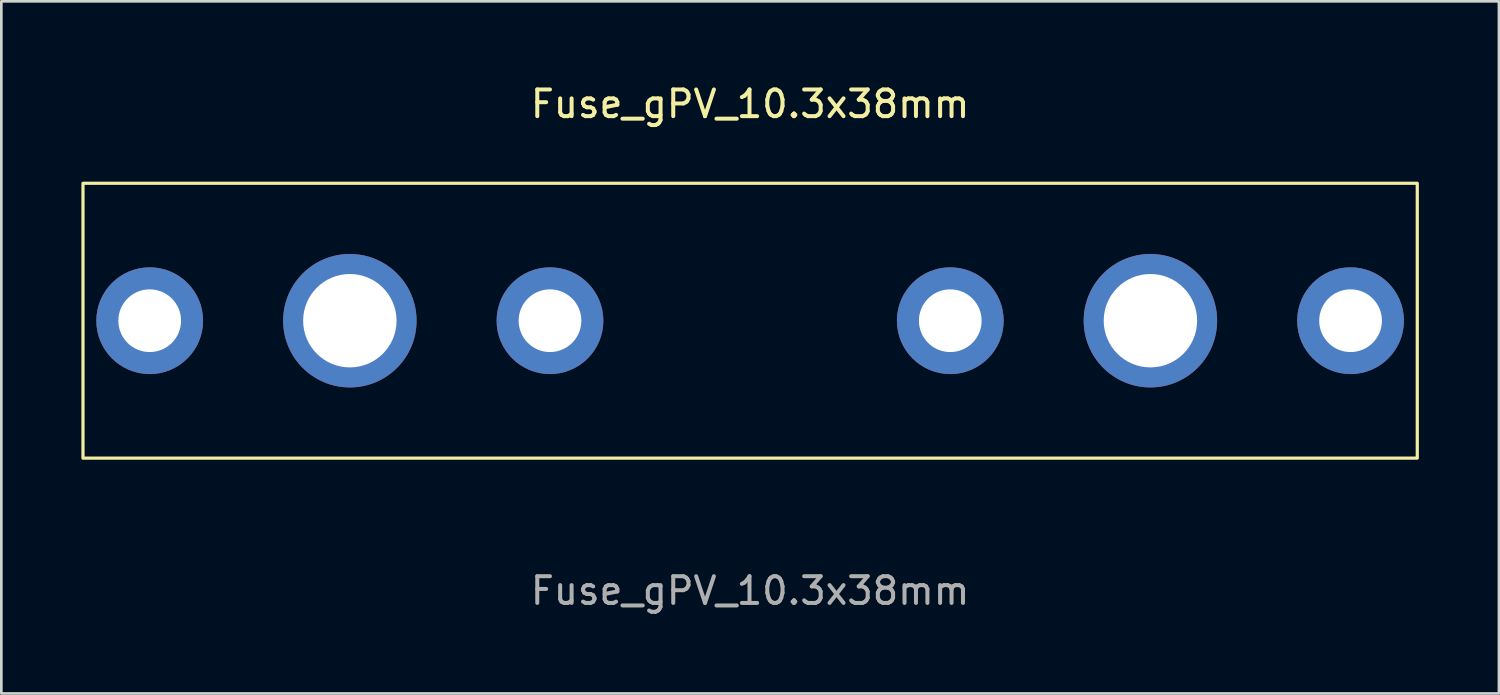
<source format=kicad_pcb>
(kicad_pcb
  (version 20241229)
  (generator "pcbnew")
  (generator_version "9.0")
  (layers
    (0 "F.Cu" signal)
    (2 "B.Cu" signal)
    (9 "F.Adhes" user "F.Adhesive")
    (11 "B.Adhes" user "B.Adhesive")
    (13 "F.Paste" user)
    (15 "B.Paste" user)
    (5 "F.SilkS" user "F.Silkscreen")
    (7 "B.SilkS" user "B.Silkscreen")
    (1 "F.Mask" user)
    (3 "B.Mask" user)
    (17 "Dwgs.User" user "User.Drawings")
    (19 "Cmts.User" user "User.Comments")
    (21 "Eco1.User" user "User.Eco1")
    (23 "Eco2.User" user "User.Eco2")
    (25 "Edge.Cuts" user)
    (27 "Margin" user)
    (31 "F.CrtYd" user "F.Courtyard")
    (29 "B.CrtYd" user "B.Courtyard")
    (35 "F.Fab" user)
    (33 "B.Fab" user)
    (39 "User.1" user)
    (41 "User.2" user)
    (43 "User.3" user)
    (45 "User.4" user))
  (footprint "Fuse_gPV_10.3x38mm"
    (layer "F.Cu")
    (at 25.06 8.968)
    (property "Reference" "Fuse_gPV_10.3x38mm" (at 0 -8.12 0) (unlocked yes) (layer "F.SilkS") (effects (font (size 1 1) (thickness 0.15))))
    (attr through_hole)
    (fp_rect (start -25 -5.15) (end 25 5.15) (stroke (width 0.12) (type solid)) (fill no) (layer "F.SilkS"))
    (fp_text user "${REFERENCE}" (at 0 10.12 0) (unlocked yes) (layer "F.Fab") (effects (font (size 1 1) (thickness 0.15))))
    (pad "1" thru_hole circle (at -22.5 0) (size 4 4) (drill 2.35) (layers "*.Cu" "*.Mask"))
    (pad "1" thru_hole circle (at -15 0) (size 5 5) (drill 3.5) (layers "*.Cu" "*.Mask"))
    (pad "1" thru_hole circle (at -7.5 0) (size 4 4) (drill 2.35) (layers "*.Cu" "*.Mask"))
    (pad "2" thru_hole circle (at 7.5 0) (size 4 4) (drill 2.35) (layers "*.Cu" "*.Mask"))
    (pad "2" thru_hole circle (at 15 0) (size 5 5) (drill 3.5) (layers "*.Cu" "*.Mask"))
    (pad "2" thru_hole circle (at 22.5 0) (size 4 4) (drill 2.35) (layers "*.Cu" "*.Mask")))
  (gr_rect
    (start -3 -3)
    (end 53.12 22.936)
    (stroke (width 0.1) (type default))
    (fill no)
    (layer "Edge.Cuts")))
</source>
